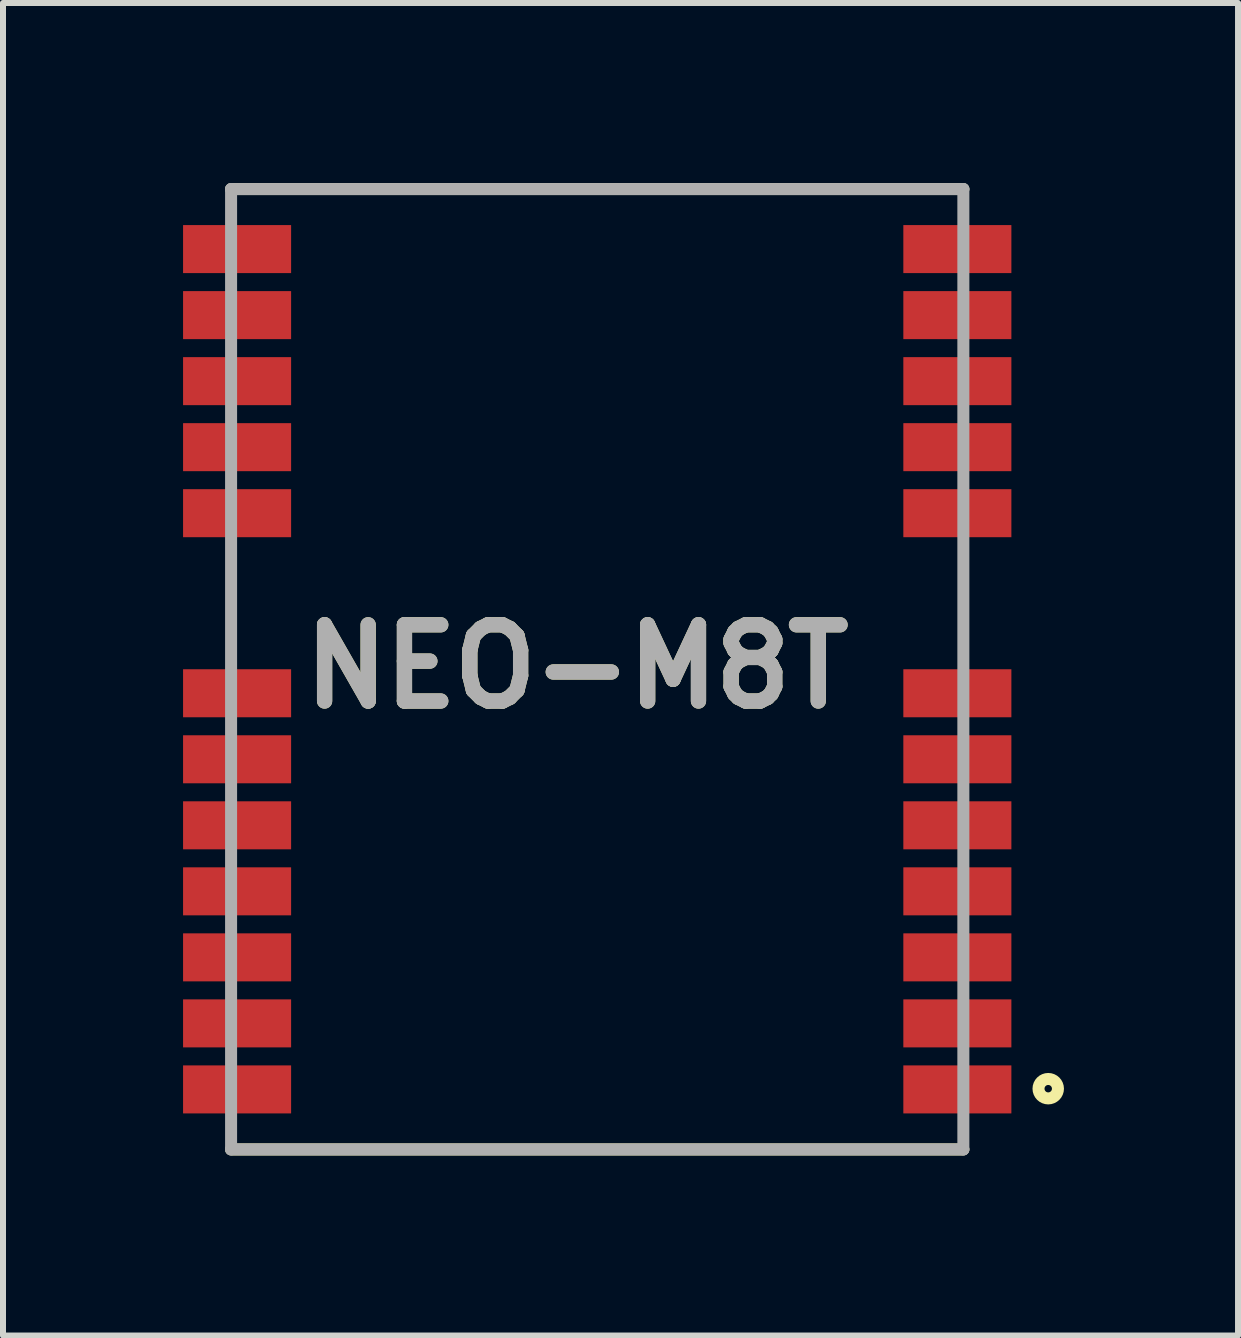
<source format=kicad_pcb>
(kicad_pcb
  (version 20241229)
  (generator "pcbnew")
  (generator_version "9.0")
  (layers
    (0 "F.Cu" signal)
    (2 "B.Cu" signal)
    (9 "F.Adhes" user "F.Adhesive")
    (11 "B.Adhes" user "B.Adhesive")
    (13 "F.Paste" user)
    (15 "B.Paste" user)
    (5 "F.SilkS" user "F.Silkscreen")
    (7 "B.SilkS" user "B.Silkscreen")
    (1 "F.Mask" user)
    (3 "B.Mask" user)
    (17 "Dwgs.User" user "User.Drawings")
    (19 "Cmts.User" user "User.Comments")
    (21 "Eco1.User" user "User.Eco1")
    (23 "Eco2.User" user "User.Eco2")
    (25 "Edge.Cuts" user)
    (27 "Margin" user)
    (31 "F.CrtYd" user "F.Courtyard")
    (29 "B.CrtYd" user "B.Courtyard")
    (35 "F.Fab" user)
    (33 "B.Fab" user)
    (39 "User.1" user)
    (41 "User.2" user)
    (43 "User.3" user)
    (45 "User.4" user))
  (footprint "NEO-M8T"
    (layer "F.Cu")
    (at 6.9 8.1)
    (property "Reference" "NEO-M8T" (at -0.339 -0.045 0) (layer "F.SilkS") (effects (font (size 1.27 1.27) (thickness 0.254))))
    (attr smd)
    (fp_line (start -6.1 8) (end 6.1 8) (stroke (width 0.2) (type solid)) (layer "F.SilkS"))
    (fp_line (start 6.1 -8) (end -6.1 -8) (stroke (width 0.2) (type solid)) (layer "F.SilkS"))
    (fp_circle (center 7.514 6.988) (end 7.514 7.05) (stroke (width 0.2) (type solid)) (fill no) (layer "F.SilkS"))
    (fp_line (start -6.1 -8) (end 6.1 -8) (stroke (width 0.2) (type solid)) (layer "F.Fab"))
    (fp_line (start -6.1 8) (end -6.1 -8) (stroke (width 0.2) (type solid)) (layer "F.Fab"))
    (fp_line (start 6.1 -8) (end 6.1 8) (stroke (width 0.2) (type solid)) (layer "F.Fab"))
    (fp_line (start 6.1 8) (end -6.1 8) (stroke (width 0.2) (type solid)) (layer "F.Fab"))
    (fp_text user "${REFERENCE}" (at -0.339 -0.045 0) (layer "F.Fab") (effects (font (size 1.27 1.27) (thickness 0.254))))
    (pad "1" smd rect (at 6 7 90) (size 0.8 1.8) (layers "F.Cu" "F.Mask" "F.Paste"))
    (pad "2" smd rect (at 6 5.9 90) (size 0.8 1.8) (layers "F.Cu" "F.Mask" "F.Paste"))
    (pad "3" smd rect (at 6 4.8 90) (size 0.8 1.8) (layers "F.Cu" "F.Mask" "F.Paste"))
    (pad "4" smd rect (at 6 3.7 90) (size 0.8 1.8) (layers "F.Cu" "F.Mask" "F.Paste"))
    (pad "5" smd rect (at 6 2.6 90) (size 0.8 1.8) (layers "F.Cu" "F.Mask" "F.Paste"))
    (pad "6" smd rect (at 6 1.5 90) (size 0.8 1.8) (layers "F.Cu" "F.Mask" "F.Paste"))
    (pad "7" smd rect (at 6 0.4 90) (size 0.8 1.8) (layers "F.Cu" "F.Mask" "F.Paste"))
    (pad "8" smd rect (at 6 -2.6 90) (size 0.8 1.8) (layers "F.Cu" "F.Mask" "F.Paste"))
    (pad "9" smd rect (at 6 -3.7 90) (size 0.8 1.8) (layers "F.Cu" "F.Mask" "F.Paste"))
    (pad "10" smd rect (at 6 -4.8 90) (size 0.8 1.8) (layers "F.Cu" "F.Mask" "F.Paste"))
    (pad "11" smd rect (at 6 -5.9 90) (size 0.8 1.8) (layers "F.Cu" "F.Mask" "F.Paste"))
    (pad "12" smd rect (at 6 -7 90) (size 0.8 1.8) (layers "F.Cu" "F.Mask" "F.Paste"))
    (pad "13" smd rect (at -6 -7 90) (size 0.8 1.8) (layers "F.Cu" "F.Mask" "F.Paste"))
    (pad "14" smd rect (at -6 -5.9 90) (size 0.8 1.8) (layers "F.Cu" "F.Mask" "F.Paste"))
    (pad "15" smd rect (at -6 -4.8 90) (size 0.8 1.8) (layers "F.Cu" "F.Mask" "F.Paste"))
    (pad "16" smd rect (at -6 -3.7 90) (size 0.8 1.8) (layers "F.Cu" "F.Mask" "F.Paste"))
    (pad "17" smd rect (at -6 -2.6 90) (size 0.8 1.8) (layers "F.Cu" "F.Mask" "F.Paste"))
    (pad "18" smd rect (at -6 0.4 90) (size 0.8 1.8) (layers "F.Cu" "F.Mask" "F.Paste"))
    (pad "19" smd rect (at -6 1.5 90) (size 0.8 1.8) (layers "F.Cu" "F.Mask" "F.Paste"))
    (pad "20" smd rect (at -6 2.6 90) (size 0.8 1.8) (layers "F.Cu" "F.Mask" "F.Paste"))
    (pad "21" smd rect (at -6 3.7 90) (size 0.8 1.8) (layers "F.Cu" "F.Mask" "F.Paste"))
    (pad "22" smd rect (at -6 4.8 90) (size 0.8 1.8) (layers "F.Cu" "F.Mask" "F.Paste"))
    (pad "23" smd rect (at -6 5.9 90) (size 0.8 1.8) (layers "F.Cu" "F.Mask" "F.Paste"))
    (pad "24" smd rect (at -6 7 90) (size 0.8 1.8) (layers "F.Cu" "F.Mask" "F.Paste")))
  (gr_rect
    (start -3 -3)
    (end 17.576 19.2)
    (stroke (width 0.1) (type default))
    (fill no)
    (layer "Edge.Cuts")))
</source>
